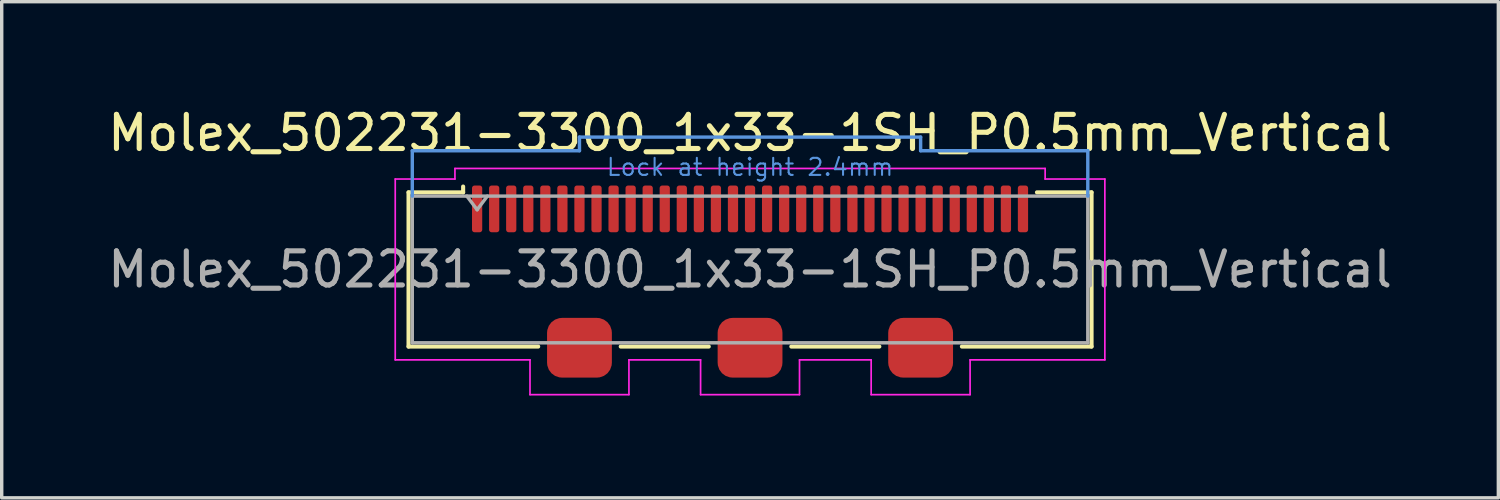
<source format=kicad_pcb>
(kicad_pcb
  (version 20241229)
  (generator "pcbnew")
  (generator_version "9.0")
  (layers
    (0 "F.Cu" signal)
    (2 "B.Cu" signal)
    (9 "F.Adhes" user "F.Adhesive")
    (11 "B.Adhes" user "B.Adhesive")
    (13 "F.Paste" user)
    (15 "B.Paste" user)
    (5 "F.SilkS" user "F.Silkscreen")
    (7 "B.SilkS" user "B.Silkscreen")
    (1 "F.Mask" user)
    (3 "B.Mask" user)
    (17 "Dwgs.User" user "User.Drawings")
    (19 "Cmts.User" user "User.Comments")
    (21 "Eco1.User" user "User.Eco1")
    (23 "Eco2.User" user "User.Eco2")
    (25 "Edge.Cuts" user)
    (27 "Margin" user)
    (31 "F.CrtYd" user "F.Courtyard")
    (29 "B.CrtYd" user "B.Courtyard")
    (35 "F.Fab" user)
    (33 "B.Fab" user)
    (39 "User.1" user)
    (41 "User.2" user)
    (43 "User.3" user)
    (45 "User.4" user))
  (footprint "Molex_502231-3300_1x33-1SH_P0.5mm_Vertical"
    (layer "F.Cu")
    (at 18.935 4.118)
    (property "Reference" "Molex_502231-3300_1x33-1SH_P0.5mm_Vertical" (at 0 -3.27 0) (layer "F.SilkS") (effects (font (size 1 1) (thickness 0.15))))
    (attr smd)
    (fp_line (start -10.01 2.99) (end -10.01 -1.53) (stroke (width 0.12) (type solid)) (layer "F.SilkS"))
    (fp_line (start -8.41 -1.53) (end -10.01 -1.53) (stroke (width 0.12) (type solid)) (layer "F.SilkS"))
    (fp_line (start -8.41 -1.53) (end -8.41 -1.7) (stroke (width 0.12) (type solid)) (layer "F.SilkS"))
    (fp_line (start -6.21 2.99) (end -10.01 2.99) (stroke (width 0.12) (type solid)) (layer "F.SilkS"))
    (fp_line (start -3.79 2.99) (end -1.21 2.99) (stroke (width 0.12) (type solid)) (layer "F.SilkS"))
    (fp_line (start 1.21 2.99) (end 3.79 2.99) (stroke (width 0.12) (type solid)) (layer "F.SilkS"))
    (fp_line (start 6.21 2.99) (end 10.01 2.99) (stroke (width 0.12) (type solid)) (layer "F.SilkS"))
    (fp_line (start 8.41 -1.53) (end 10.01 -1.53) (stroke (width 0.12) (type solid)) (layer "F.SilkS"))
    (fp_line (start 10.01 2.99) (end 10.01 -1.53) (stroke (width 0.12) (type solid)) (layer "F.SilkS"))
    (fp_line (start -9.9 -2.75) (end -9.9 -1.42) (stroke (width 0.1) (type solid)) (layer "Cmts.User"))
    (fp_line (start -5 -3.15) (end -5 -2.75) (stroke (width 0.1) (type solid)) (layer "Cmts.User"))
    (fp_line (start -5 -3.15) (end 5 -3.15) (stroke (width 0.1) (type solid)) (layer "Cmts.User"))
    (fp_line (start -5 -2.75) (end -9.9 -2.75) (stroke (width 0.1) (type solid)) (layer "Cmts.User"))
    (fp_line (start 5 -3.15) (end 5 -2.75) (stroke (width 0.1) (type solid)) (layer "Cmts.User"))
    (fp_line (start 5 -2.75) (end 9.9 -2.75) (stroke (width 0.1) (type solid)) (layer "Cmts.User"))
    (fp_line (start 9.9 -2.75) (end 9.9 -1.42) (stroke (width 0.1) (type solid)) (layer "Cmts.User"))
    (fp_line (start -10.4 -1.92) (end -8.65 -1.92) (stroke (width 0.05) (type solid)) (layer "F.CrtYd"))
    (fp_line (start -10.4 3.38) (end -10.4 -1.92) (stroke (width 0.05) (type solid)) (layer "F.CrtYd"))
    (fp_line (start -8.65 -1.92) (end -8.65 -2.23) (stroke (width 0.05) (type solid)) (layer "F.CrtYd"))
    (fp_line (start -6.45 3.38) (end -10.4 3.38) (stroke (width 0.05) (type solid)) (layer "F.CrtYd"))
    (fp_line (start -6.45 3.38) (end -6.45 4.4) (stroke (width 0.05) (type solid)) (layer "F.CrtYd"))
    (fp_line (start -3.55 3.38) (end -3.55 4.4) (stroke (width 0.05) (type solid)) (layer "F.CrtYd"))
    (fp_line (start -3.55 4.4) (end -6.45 4.4) (stroke (width 0.05) (type solid)) (layer "F.CrtYd"))
    (fp_line (start -1.45 3.38) (end -3.55 3.38) (stroke (width 0.05) (type solid)) (layer "F.CrtYd"))
    (fp_line (start -1.45 3.38) (end -1.45 4.4) (stroke (width 0.05) (type solid)) (layer "F.CrtYd"))
    (fp_line (start -1.45 4.4) (end 1.45 4.4) (stroke (width 0.05) (type solid)) (layer "F.CrtYd"))
    (fp_line (start 1.45 3.38) (end 1.45 4.4) (stroke (width 0.05) (type solid)) (layer "F.CrtYd"))
    (fp_line (start 3.55 3.38) (end 1.45 3.38) (stroke (width 0.05) (type solid)) (layer "F.CrtYd"))
    (fp_line (start 3.55 3.38) (end 3.55 4.4) (stroke (width 0.05) (type solid)) (layer "F.CrtYd"))
    (fp_line (start 3.55 4.4) (end 6.45 4.4) (stroke (width 0.05) (type solid)) (layer "F.CrtYd"))
    (fp_line (start 6.45 3.38) (end 6.45 4.4) (stroke (width 0.05) (type solid)) (layer "F.CrtYd"))
    (fp_line (start 6.45 3.38) (end 10.4 3.38) (stroke (width 0.05) (type solid)) (layer "F.CrtYd"))
    (fp_line (start 8.65 -2.23) (end -8.65 -2.23) (stroke (width 0.05) (type solid)) (layer "F.CrtYd"))
    (fp_line (start 8.65 -1.92) (end 8.65 -2.23) (stroke (width 0.05) (type solid)) (layer "F.CrtYd"))
    (fp_line (start 10.4 -1.92) (end 8.65 -1.92) (stroke (width 0.05) (type solid)) (layer "F.CrtYd"))
    (fp_line (start 10.4 3.38) (end 10.4 -1.92) (stroke (width 0.05) (type solid)) (layer "F.CrtYd"))
    (fp_line (start -9.9 -1.42) (end -9.9 2.88) (stroke (width 0.1) (type solid)) (layer "F.Fab"))
    (fp_line (start -9.9 -1.42) (end 9.9 -1.42) (stroke (width 0.1) (type solid)) (layer "F.Fab"))
    (fp_line (start -9.9 2.88) (end 9.9 2.88) (stroke (width 0.1) (type solid)) (layer "F.Fab"))
    (fp_line (start -8.3 -1.42) (end -8 -1.02) (stroke (width 0.1) (type solid)) (layer "F.Fab"))
    (fp_line (start -8 -1.02) (end -7.7 -1.42) (stroke (width 0.1) (type solid)) (layer "F.Fab"))
    (fp_line (start 9.9 -1.42) (end 9.9 2.88) (stroke (width 0.1) (type solid)) (layer "F.Fab"))
    (fp_text user "Lock at height 2.4mm" (at 0 -2.27 0) (layer "Cmts.User") (effects (font (size 0.5 0.5) (thickness 0.06))))
    (fp_text user "${REFERENCE}" (at 0 0.73 0) (layer "F.Fab") (effects (font (size 1 1) (thickness 0.15))))
    (pad "1" smd roundrect (at -8 -1.045) (size 0.3 1.37) (layers "F.Cu" "F.Mask" "F.Paste") (roundrect_rratio 0.25))
    (pad "2" smd roundrect (at -7.5 -1.045) (size 0.3 1.37) (layers "F.Cu" "F.Mask" "F.Paste") (roundrect_rratio 0.25))
    (pad "3" smd roundrect (at -7 -1.045) (size 0.3 1.37) (layers "F.Cu" "F.Mask" "F.Paste") (roundrect_rratio 0.25))
    (pad "4" smd roundrect (at -6.5 -1.045) (size 0.3 1.37) (layers "F.Cu" "F.Mask" "F.Paste") (roundrect_rratio 0.25))
    (pad "5" smd roundrect (at -6 -1.045) (size 0.3 1.37) (layers "F.Cu" "F.Mask" "F.Paste") (roundrect_rratio 0.25))
    (pad "6" smd roundrect (at -5.5 -1.045) (size 0.3 1.37) (layers "F.Cu" "F.Mask" "F.Paste") (roundrect_rratio 0.25))
    (pad "7" smd roundrect (at -5 -1.045) (size 0.3 1.37) (layers "F.Cu" "F.Mask" "F.Paste") (roundrect_rratio 0.25))
    (pad "8" smd roundrect (at -4.5 -1.045) (size 0.3 1.37) (layers "F.Cu" "F.Mask" "F.Paste") (roundrect_rratio 0.25))
    (pad "9" smd roundrect (at -4 -1.045) (size 0.3 1.37) (layers "F.Cu" "F.Mask" "F.Paste") (roundrect_rratio 0.25))
    (pad "10" smd roundrect (at -3.5 -1.045) (size 0.3 1.37) (layers "F.Cu" "F.Mask" "F.Paste") (roundrect_rratio 0.25))
    (pad "11" smd roundrect (at -3 -1.045) (size 0.3 1.37) (layers "F.Cu" "F.Mask" "F.Paste") (roundrect_rratio 0.25))
    (pad "12" smd roundrect (at -2.5 -1.045) (size 0.3 1.37) (layers "F.Cu" "F.Mask" "F.Paste") (roundrect_rratio 0.25))
    (pad "13" smd roundrect (at -2 -1.045) (size 0.3 1.37) (layers "F.Cu" "F.Mask" "F.Paste") (roundrect_rratio 0.25))
    (pad "14" smd roundrect (at -1.5 -1.045) (size 0.3 1.37) (layers "F.Cu" "F.Mask" "F.Paste") (roundrect_rratio 0.25))
    (pad "15" smd roundrect (at -1 -1.045) (size 0.3 1.37) (layers "F.Cu" "F.Mask" "F.Paste") (roundrect_rratio 0.25))
    (pad "16" smd roundrect (at -0.5 -1.045) (size 0.3 1.37) (layers "F.Cu" "F.Mask" "F.Paste") (roundrect_rratio 0.25))
    (pad "17" smd roundrect (at 0 -1.045) (size 0.3 1.37) (layers "F.Cu" "F.Mask" "F.Paste") (roundrect_rratio 0.25))
    (pad "18" smd roundrect (at 0.5 -1.045) (size 0.3 1.37) (layers "F.Cu" "F.Mask" "F.Paste") (roundrect_rratio 0.25))
    (pad "19" smd roundrect (at 1 -1.045) (size 0.3 1.37) (layers "F.Cu" "F.Mask" "F.Paste") (roundrect_rratio 0.25))
    (pad "20" smd roundrect (at 1.5 -1.045) (size 0.3 1.37) (layers "F.Cu" "F.Mask" "F.Paste") (roundrect_rratio 0.25))
    (pad "21" smd roundrect (at 2 -1.045) (size 0.3 1.37) (layers "F.Cu" "F.Mask" "F.Paste") (roundrect_rratio 0.25))
    (pad "22" smd roundrect (at 2.5 -1.045) (size 0.3 1.37) (layers "F.Cu" "F.Mask" "F.Paste") (roundrect_rratio 0.25))
    (pad "23" smd roundrect (at 3 -1.045) (size 0.3 1.37) (layers "F.Cu" "F.Mask" "F.Paste") (roundrect_rratio 0.25))
    (pad "24" smd roundrect (at 3.5 -1.045) (size 0.3 1.37) (layers "F.Cu" "F.Mask" "F.Paste") (roundrect_rratio 0.25))
    (pad "25" smd roundrect (at 4 -1.045) (size 0.3 1.37) (layers "F.Cu" "F.Mask" "F.Paste") (roundrect_rratio 0.25))
    (pad "26" smd roundrect (at 4.5 -1.045) (size 0.3 1.37) (layers "F.Cu" "F.Mask" "F.Paste") (roundrect_rratio 0.25))
    (pad "27" smd roundrect (at 5 -1.045) (size 0.3 1.37) (layers "F.Cu" "F.Mask" "F.Paste") (roundrect_rratio 0.25))
    (pad "28" smd roundrect (at 5.5 -1.045) (size 0.3 1.37) (layers "F.Cu" "F.Mask" "F.Paste") (roundrect_rratio 0.25))
    (pad "29" smd roundrect (at 6 -1.045) (size 0.3 1.37) (layers "F.Cu" "F.Mask" "F.Paste") (roundrect_rratio 0.25))
    (pad "30" smd roundrect (at 6.5 -1.045) (size 0.3 1.37) (layers "F.Cu" "F.Mask" "F.Paste") (roundrect_rratio 0.25))
    (pad "31" smd roundrect (at 7 -1.045) (size 0.3 1.37) (layers "F.Cu" "F.Mask" "F.Paste") (roundrect_rratio 0.25))
    (pad "32" smd roundrect (at 7.5 -1.045) (size 0.3 1.37) (layers "F.Cu" "F.Mask" "F.Paste") (roundrect_rratio 0.25))
    (pad "33" smd roundrect (at 8 -1.045) (size 0.3 1.37) (layers "F.Cu" "F.Mask" "F.Paste") (roundrect_rratio 0.25))
    (pad "SH" smd roundrect (at -5 3.025) (size 1.9 1.75) (layers "F.Cu" "F.Mask" "F.Paste") (roundrect_rratio 0.25))
    (pad "SH" smd roundrect (at 0 3.025) (size 1.9 1.75) (layers "F.Cu" "F.Mask" "F.Paste") (roundrect_rratio 0.25))
    (pad "SH" smd roundrect (at 5 3.025) (size 1.9 1.75) (layers "F.Cu" "F.Mask" "F.Paste") (roundrect_rratio 0.25)))
  (gr_rect
    (start -3 -3)
    (end 40.869 11.543)
    (stroke (width 0.1) (type default))
    (fill no)
    (layer "Edge.Cuts")))
</source>
